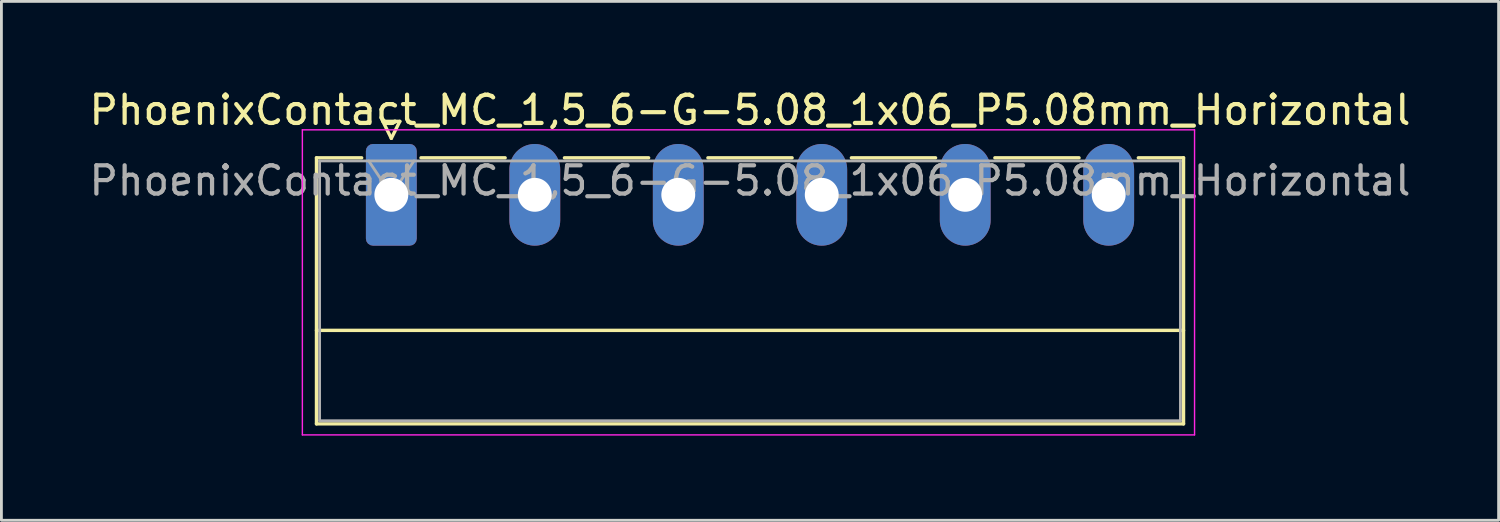
<source format=kicad_pcb>
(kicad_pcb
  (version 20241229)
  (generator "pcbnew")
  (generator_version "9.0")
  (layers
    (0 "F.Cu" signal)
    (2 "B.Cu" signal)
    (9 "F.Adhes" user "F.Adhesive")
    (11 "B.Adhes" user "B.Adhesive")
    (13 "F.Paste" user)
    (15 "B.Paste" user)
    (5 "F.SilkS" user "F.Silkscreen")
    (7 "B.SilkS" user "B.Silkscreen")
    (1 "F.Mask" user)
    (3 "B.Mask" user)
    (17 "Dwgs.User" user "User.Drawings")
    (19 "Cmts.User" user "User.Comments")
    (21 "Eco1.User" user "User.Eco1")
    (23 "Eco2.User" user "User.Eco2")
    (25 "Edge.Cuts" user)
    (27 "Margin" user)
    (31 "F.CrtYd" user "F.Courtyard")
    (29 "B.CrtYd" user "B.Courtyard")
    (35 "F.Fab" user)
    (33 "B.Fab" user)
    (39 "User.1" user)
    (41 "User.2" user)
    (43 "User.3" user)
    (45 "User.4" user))
  (footprint "PhoenixContact_MC_1,5_6-G-5.08_1x06_P5.08mm_Horizontal"
    (layer "F.Cu")
    (at 10.806 3.848)
    (property "Reference" "PhoenixContact_MC_1,5_6-G-5.08_1x06_P5.08mm_Horizontal" (at 12.7 -3 0) (layer "F.SilkS") (effects (font (size 1 1) (thickness 0.15))))
    (attr through_hole)
    (fp_line (start -2.65 -1.31) (end -2.65 8.11) (stroke (width 0.12) (type solid)) (layer "F.SilkS"))
    (fp_line (start -2.65 -1.31) (end -1.05 -1.31) (stroke (width 0.12) (type solid)) (layer "F.SilkS"))
    (fp_line (start -2.65 4.8) (end 28.05 4.8) (stroke (width 0.12) (type solid)) (layer "F.SilkS"))
    (fp_line (start -2.65 8.11) (end 28.05 8.11) (stroke (width 0.12) (type solid)) (layer "F.SilkS"))
    (fp_line (start -0.3 -2.6) (end 0.3 -2.6) (stroke (width 0.12) (type solid)) (layer "F.SilkS"))
    (fp_line (start 0 -2) (end -0.3 -2.6) (stroke (width 0.12) (type solid)) (layer "F.SilkS"))
    (fp_line (start 0.3 -2.6) (end 0 -2) (stroke (width 0.12) (type solid)) (layer "F.SilkS"))
    (fp_line (start 1.05 -1.31) (end 4.03 -1.31) (stroke (width 0.12) (type solid)) (layer "F.SilkS"))
    (fp_line (start 6.13 -1.31) (end 9.11 -1.31) (stroke (width 0.12) (type solid)) (layer "F.SilkS"))
    (fp_line (start 11.21 -1.31) (end 14.19 -1.31) (stroke (width 0.12) (type solid)) (layer "F.SilkS"))
    (fp_line (start 16.29 -1.31) (end 19.27 -1.31) (stroke (width 0.12) (type solid)) (layer "F.SilkS"))
    (fp_line (start 21.37 -1.31) (end 24.35 -1.31) (stroke (width 0.12) (type solid)) (layer "F.SilkS"))
    (fp_line (start 28.05 -1.31) (end 26.45 -1.31) (stroke (width 0.12) (type solid)) (layer "F.SilkS"))
    (fp_line (start 28.05 8.11) (end 28.05 -1.31) (stroke (width 0.12) (type solid)) (layer "F.SilkS"))
    (fp_line (start -3.15 -2.3) (end -3.15 8.5) (stroke (width 0.05) (type solid)) (layer "F.CrtYd"))
    (fp_line (start -3.15 8.5) (end 28.44 8.5) (stroke (width 0.05) (type solid)) (layer "F.CrtYd"))
    (fp_line (start 28.44 -2.3) (end -3.15 -2.3) (stroke (width 0.05) (type solid)) (layer "F.CrtYd"))
    (fp_line (start 28.44 8.5) (end 28.44 -2.3) (stroke (width 0.05) (type solid)) (layer "F.CrtYd"))
    (fp_line (start -2.54 -1.2) (end -2.54 8) (stroke (width 0.1) (type solid)) (layer "F.Fab"))
    (fp_line (start -2.54 8) (end 27.94 8) (stroke (width 0.1) (type solid)) (layer "F.Fab"))
    (fp_line (start 0 0) (end -0.8 -1.2) (stroke (width 0.1) (type solid)) (layer "F.Fab"))
    (fp_line (start 0.8 -1.2) (end 0 0) (stroke (width 0.1) (type solid)) (layer "F.Fab"))
    (fp_line (start 27.94 -1.2) (end -2.54 -1.2) (stroke (width 0.1) (type solid)) (layer "F.Fab"))
    (fp_line (start 27.94 8) (end 27.94 -1.2) (stroke (width 0.1) (type solid)) (layer "F.Fab"))
    (fp_text user "${REFERENCE}" (at 12.7 -0.5 0) (layer "F.Fab") (effects (font (size 1 1) (thickness 0.15))))
    (pad "1" thru_hole roundrect (at 0 0) (size 1.8 3.6) (drill 1.2) (layers "*.Cu" "*.Mask") (roundrect_rratio 0.139))
    (pad "2" thru_hole oval (at 5.08 0) (size 1.8 3.6) (drill 1.2) (layers "*.Cu" "*.Mask"))
    (pad "3" thru_hole oval (at 10.16 0) (size 1.8 3.6) (drill 1.2) (layers "*.Cu" "*.Mask"))
    (pad "4" thru_hole oval (at 15.24 0) (size 1.8 3.6) (drill 1.2) (layers "*.Cu" "*.Mask"))
    (pad "5" thru_hole oval (at 20.32 0) (size 1.8 3.6) (drill 1.2) (layers "*.Cu" "*.Mask"))
    (pad "6" thru_hole oval (at 25.4 0) (size 1.8 3.6) (drill 1.2) (layers "*.Cu" "*.Mask")))
  (gr_rect
    (start -3 -3)
    (end 50.012 15.373)
    (stroke (width 0.1) (type default))
    (fill no)
    (layer "Edge.Cuts")))
</source>
